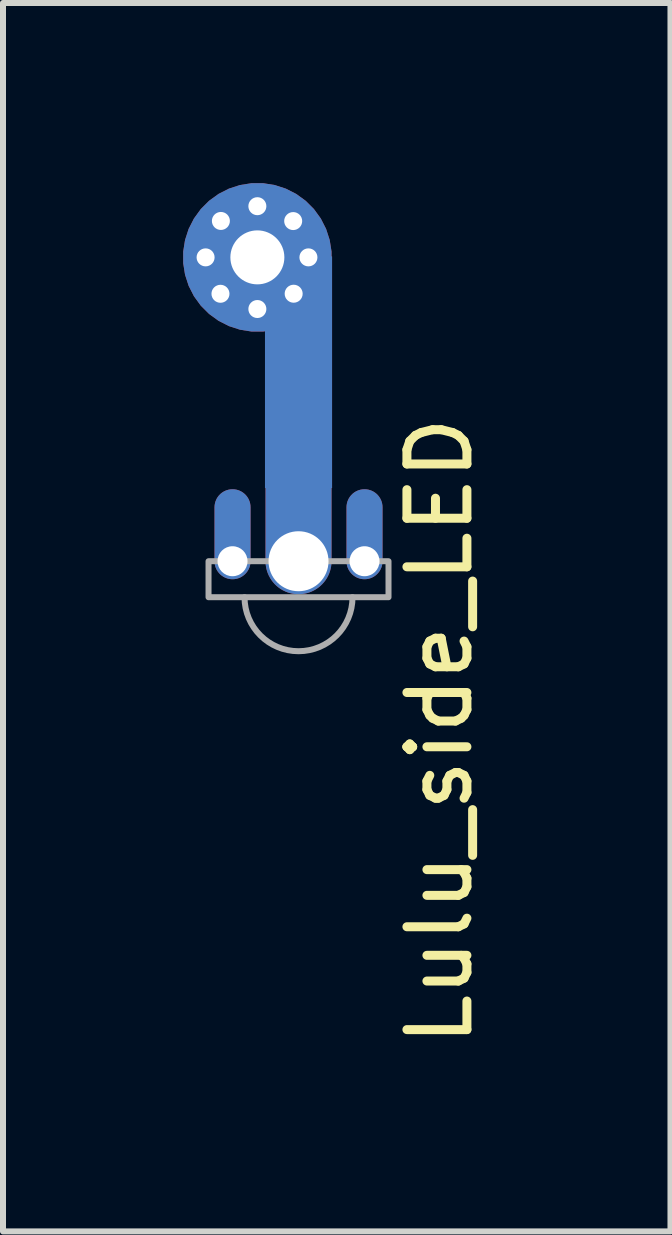
<source format=kicad_pcb>
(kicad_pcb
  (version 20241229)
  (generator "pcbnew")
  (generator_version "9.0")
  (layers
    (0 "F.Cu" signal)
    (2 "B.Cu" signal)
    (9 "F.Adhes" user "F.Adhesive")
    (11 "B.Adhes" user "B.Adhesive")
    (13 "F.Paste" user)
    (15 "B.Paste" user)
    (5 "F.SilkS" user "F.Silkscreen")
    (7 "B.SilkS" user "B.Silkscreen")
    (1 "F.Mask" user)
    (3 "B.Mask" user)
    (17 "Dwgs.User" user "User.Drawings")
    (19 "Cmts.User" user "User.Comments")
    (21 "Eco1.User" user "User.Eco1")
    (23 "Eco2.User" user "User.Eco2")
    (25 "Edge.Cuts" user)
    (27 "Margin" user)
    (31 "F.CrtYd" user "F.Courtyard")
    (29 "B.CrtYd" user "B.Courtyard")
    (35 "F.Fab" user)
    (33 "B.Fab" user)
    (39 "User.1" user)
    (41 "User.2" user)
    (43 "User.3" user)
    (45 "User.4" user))
  (footprint "Lulu_side_LED"
    (layer "F.Cu")
    (at 1.926 6.305)
    (property "Reference" "Lulu_side_LED" (at 2.352 2.831 90) (layer "F.SilkS") (effects (font (size 1 1) (thickness 0.15))))
    (attr smd)
    (fp_arc (start 0.9 0.6) (mid 0 1.5) (end -0.9 0.6) (stroke (width 0.1) (type solid)) (layer "F.Fab"))
    (fp_poly (pts (xy -1.5 0) (xy 1.5 0) (xy 1.5 0.6) (xy -1.5 0.6)) (stroke (width 0.1) (type solid)) (fill no) (layer "F.Fab"))
    (pad "" smd custom (at -0.686 -5.065) (size 2.48 2.48) (layers "F.Cu" "F.Mask") (options (anchor circle)) (primitives (gr_poly (pts (xy 1.245 3.846) (xy 1.245 -0.015) (xy 0.127 -0.015) (xy 0.127 3.846)) (width 0) (fill yes))))
    (pad "" smd custom (at -0.686 -5.065) (size 2.48 2.48) (layers "B.Cu" "B.Mask") (options (anchor circle)) (primitives (gr_poly (pts (xy 1.245 3.846) (xy 1.245 -0.015) (xy 0.127 -0.015) (xy 0.127 3.846)) (width 0) (fill yes))))
    (pad "1" thru_hole oval (at -1.1 0) (size 0.6 1.5) (drill 0.5 (offset 0 -0.45)) (layers "*.Cu" "*.Mask"))
    (pad "2" thru_hole oval (at 1.1 0) (size 0.6 1.5) (drill 0.5 (offset 0 -0.45)) (layers "*.Cu" "*.Mask"))
    (pad "3" thru_hole circle (at -1.549 -5.065) (size 0.4 0.4) (drill 0.3) (layers "*.Cu"))
    (pad "3" thru_hole circle (at -1.301 -4.458 45) (size 0.4 0.4) (drill 0.3) (layers "*.Cu"))
    (pad "3" thru_hole circle (at -1.294 -5.672 45) (size 0.4 0.4) (drill 0.3) (layers "*.Cu"))
    (pad "3" thru_hole circle (at -0.686 -5.065 90) (size 1 1) (drill 0.9) (layers "*.Cu"))
    (pad "3" thru_hole circle (at -0.686 -5.918) (size 0.4 0.4) (drill 0.3) (layers "*.Cu"))
    (pad "3" thru_hole circle (at -0.686 -4.204) (size 0.4 0.4) (drill 0.3) (layers "*.Cu"))
    (pad "3" thru_hole circle (at -0.089 -5.67 45) (size 0.4 0.4) (drill 0.3) (layers "*.Cu"))
    (pad "3" thru_hole circle (at -0.081 -4.459 45) (size 0.4 0.4) (drill 0.3) (layers "*.Cu"))
    (pad "3" thru_hole oval (at 0 0) (size 1.1 2.3) (drill 1 (offset 0 -0.6)) (layers "*.Cu" "*.Mask"))
    (pad "3" thru_hole circle (at 0.165 -5.065) (size 0.4 0.4) (drill 0.3) (layers "*.Cu")))
  (gr_rect
    (start -3 -3)
    (end 8.126 17.476)
    (stroke (width 0.1) (type default))
    (fill no)
    (layer "Edge.Cuts")))
</source>
